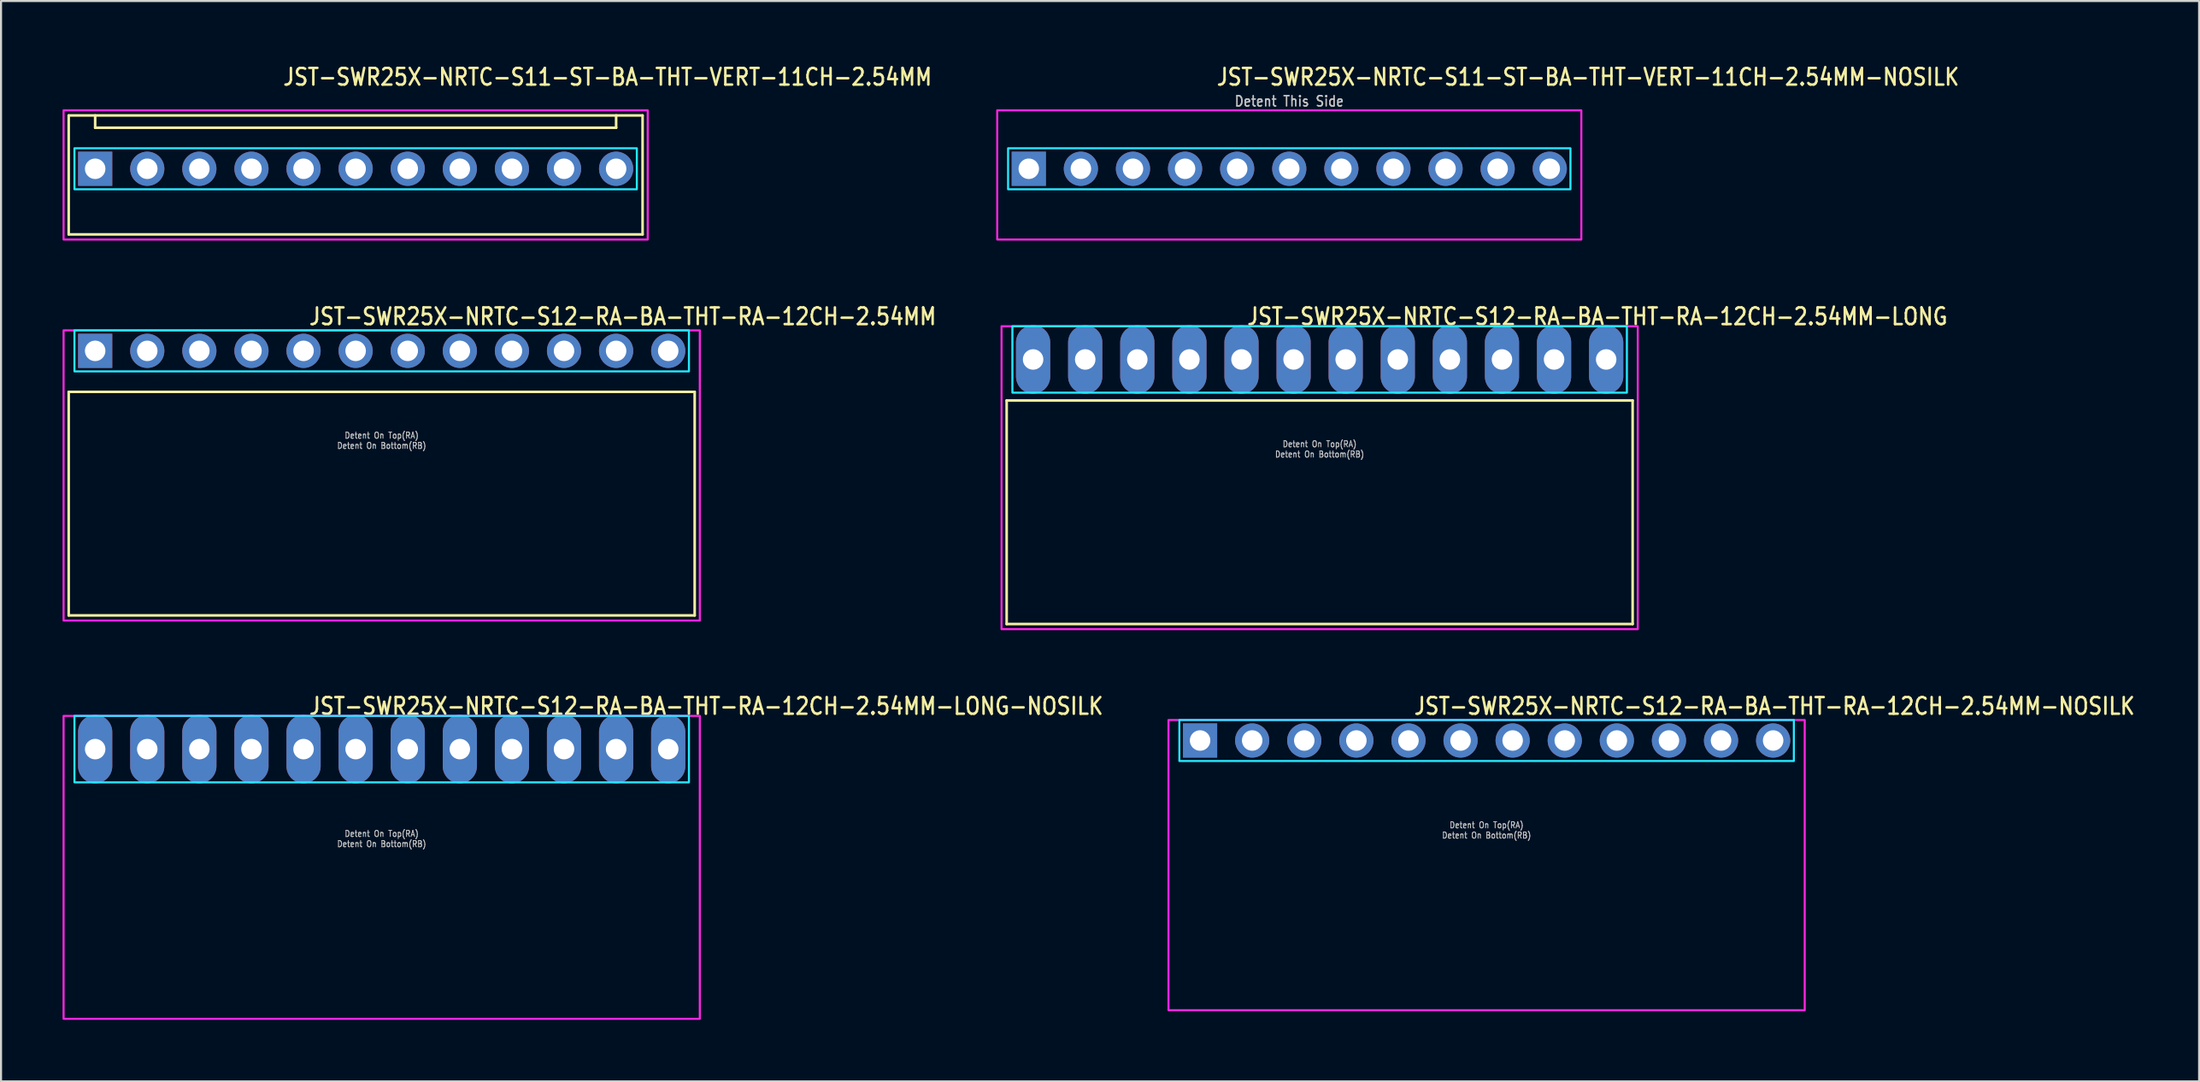
<source format=kicad_pcb>
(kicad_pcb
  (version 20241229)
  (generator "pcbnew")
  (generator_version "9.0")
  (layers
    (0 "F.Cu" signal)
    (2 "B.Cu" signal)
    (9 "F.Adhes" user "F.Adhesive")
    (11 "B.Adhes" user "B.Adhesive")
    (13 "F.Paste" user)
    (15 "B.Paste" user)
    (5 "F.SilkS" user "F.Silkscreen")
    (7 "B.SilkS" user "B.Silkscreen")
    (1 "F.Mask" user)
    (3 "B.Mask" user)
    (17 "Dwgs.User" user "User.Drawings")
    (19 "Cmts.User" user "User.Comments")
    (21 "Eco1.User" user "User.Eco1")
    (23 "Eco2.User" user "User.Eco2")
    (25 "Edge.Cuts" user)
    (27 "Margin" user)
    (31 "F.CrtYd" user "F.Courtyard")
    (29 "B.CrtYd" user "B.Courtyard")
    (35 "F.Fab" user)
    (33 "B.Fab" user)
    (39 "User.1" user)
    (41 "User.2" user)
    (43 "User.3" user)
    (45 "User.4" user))
  (footprint "JST-SWR25X-NRTC-S11-ST-BA-THT-VERT-11CH-2.54MM"
    (layer "F.Cu")
    (at 14.29 5.179)
    (property "Reference" "JST-SWR25X-NRTC-S11-ST-BA-THT-VERT-11CH-2.54MM" (at -3.6 -4 0) (unlocked yes) (layer "F.SilkS") (effects (font (size 0.813 0.695) (thickness 0.122)) (justify left bottom)))
    (fp_line (start -13.99 -2.6) (end 13.99 -2.6) (stroke (width 0.127) (type solid)) (layer "F.SilkS"))
    (fp_line (start -13.99 3.2) (end -13.99 -2.6) (stroke (width 0.127) (type solid)) (layer "F.SilkS"))
    (fp_line (start -13.99 3.2) (end 13.99 3.2) (stroke (width 0.127) (type solid)) (layer "F.SilkS"))
    (fp_line (start -12.7 -2.6) (end -12.7 -2) (stroke (width 0.127) (type solid)) (layer "F.SilkS"))
    (fp_line (start -12.7 -2) (end 12.7 -2) (stroke (width 0.127) (type solid)) (layer "F.SilkS"))
    (fp_line (start 12.7 -2.6) (end 12.7 -2) (stroke (width 0.127) (type solid)) (layer "F.SilkS"))
    (fp_line (start 13.99 -2.6) (end 13.99 3.2) (stroke (width 0.127) (type solid)) (layer "F.SilkS"))
    (fp_poly (pts (xy -13.71 -1) (xy -13.71 1) (xy 13.71 1) (xy 13.71 -1)) (stroke (width 0.1) (type solid)) (fill no) (layer "B.CrtYd"))
    (fp_poly (pts (xy -14.24 -2.85) (xy -14.24 3.45) (xy 14.24 3.45) (xy 14.24 -2.85)) (stroke (width 0.1) (type solid)) (fill no) (layer "F.CrtYd"))
    (pad "P$1" thru_hole rect (at -12.7 0) (size 1.667 1.667) (drill 1) (layers "*.Cu" "*.Mask"))
    (pad "P$2" thru_hole oval (at -10.16 0) (size 1.667 1.667) (drill 1) (layers "*.Cu" "*.Mask"))
    (pad "P$3" thru_hole oval (at -7.62 0) (size 1.667 1.667) (drill 1) (layers "*.Cu" "*.Mask"))
    (pad "P$4" thru_hole oval (at -5.08 0) (size 1.667 1.667) (drill 1) (layers "*.Cu" "*.Mask"))
    (pad "P$5" thru_hole oval (at -2.54 0) (size 1.667 1.667) (drill 1) (layers "*.Cu" "*.Mask"))
    (pad "P$6" thru_hole oval (at 0 0) (size 1.667 1.667) (drill 1) (layers "*.Cu" "*.Mask"))
    (pad "P$7" thru_hole oval (at 2.54 0) (size 1.667 1.667) (drill 1) (layers "*.Cu" "*.Mask"))
    (pad "P$8" thru_hole oval (at 5.08 0) (size 1.667 1.667) (drill 1) (layers "*.Cu" "*.Mask"))
    (pad "P$9" thru_hole oval (at 7.62 0) (size 1.667 1.667) (drill 1) (layers "*.Cu" "*.Mask"))
    (pad "P$10" thru_hole oval (at 10.16 0) (size 1.667 1.667) (drill 1) (layers "*.Cu" "*.Mask"))
    (pad "P$11" thru_hole oval (at 12.7 0) (size 1.667 1.667) (drill 1) (layers "*.Cu" "*.Mask")))
  (footprint "JST-SWR25X-NRTC-S11-ST-BA-THT-VERT-11CH-2.54MM-NOSILK"
    (layer "F.Cu")
    (at 59.81 5.179)
    (property "Reference" "JST-SWR25X-NRTC-S11-ST-BA-THT-VERT-11CH-2.54MM-NOSILK" (at -3.6 -4 0) (unlocked yes) (layer "F.SilkS") (effects (font (size 0.813 0.695) (thickness 0.122)) (justify left bottom)))
    (fp_poly (pts (xy -13.71 -1) (xy -13.71 1) (xy 13.71 1) (xy 13.71 -1)) (stroke (width 0.1) (type solid)) (fill no) (layer "B.CrtYd"))
    (fp_poly (pts (xy -14.24 -2.85) (xy -14.24 3.45) (xy 14.24 3.45) (xy 14.24 -2.85)) (stroke (width 0.1) (type solid)) (fill no) (layer "F.CrtYd"))
    (fp_text user "Detent This Side" (at 0 -3 0) (unlocked yes) (layer "Dwgs.User") (effects (font (size 0.5 0.427) (thickness 0.075)) (justify bottom)))
    (pad "P$1" thru_hole rect (at -12.7 0) (size 1.667 1.667) (drill 1) (layers "*.Cu" "*.Mask"))
    (pad "P$2" thru_hole oval (at -10.16 0) (size 1.667 1.667) (drill 1) (layers "*.Cu" "*.Mask"))
    (pad "P$3" thru_hole oval (at -7.62 0) (size 1.667 1.667) (drill 1) (layers "*.Cu" "*.Mask"))
    (pad "P$4" thru_hole oval (at -5.08 0) (size 1.667 1.667) (drill 1) (layers "*.Cu" "*.Mask"))
    (pad "P$5" thru_hole oval (at -2.54 0) (size 1.667 1.667) (drill 1) (layers "*.Cu" "*.Mask"))
    (pad "P$6" thru_hole oval (at 0 0) (size 1.667 1.667) (drill 1) (layers "*.Cu" "*.Mask"))
    (pad "P$7" thru_hole oval (at 2.54 0) (size 1.667 1.667) (drill 1) (layers "*.Cu" "*.Mask"))
    (pad "P$8" thru_hole oval (at 5.08 0) (size 1.667 1.667) (drill 1) (layers "*.Cu" "*.Mask"))
    (pad "P$9" thru_hole oval (at 7.62 0) (size 1.667 1.667) (drill 1) (layers "*.Cu" "*.Mask"))
    (pad "P$10" thru_hole oval (at 10.16 0) (size 1.667 1.667) (drill 1) (layers "*.Cu" "*.Mask"))
    (pad "P$11" thru_hole oval (at 12.7 0) (size 1.667 1.667) (drill 1) (layers "*.Cu" "*.Mask")))
  (footprint "JST-SWR25X-NRTC-S12-RA-BA-THT-RA-12CH-2.54MM-NOSILK"
    (layer "F.Cu")
    (at 69.432 33.056)
    (property "Reference" "JST-SWR25X-NRTC-S12-RA-BA-THT-RA-12CH-2.54MM-NOSILK" (at -3.6 -1.2 0) (unlocked yes) (layer "F.SilkS") (effects (font (size 0.813 0.695) (thickness 0.122)) (justify left bottom)))
    (fp_poly (pts (xy -14.98 -1) (xy -14.98 1) (xy 14.98 1) (xy 14.98 -1)) (stroke (width 0.1) (type solid)) (fill no) (layer "B.CrtYd"))
    (fp_poly (pts (xy -15.51 -1) (xy -15.51 13.15) (xy 15.51 13.15) (xy 15.51 -1)) (stroke (width 0.1) (type solid)) (fill no) (layer "F.CrtYd"))
    (fp_text user "Detent On Top(RA)" (at 0 4.3 0) (unlocked yes) (layer "Dwgs.User") (effects (font (size 0.3 0.257) (thickness 0.045)) (justify bottom)))
    (fp_text user "Detent On Bottom(RB)" (at 0 4.8 0) (unlocked yes) (layer "Dwgs.User") (effects (font (size 0.3 0.257) (thickness 0.045)) (justify bottom)))
    (pad "P$1" thru_hole rect (at -13.97 0) (size 1.667 1.667) (drill 1) (layers "*.Cu" "*.Mask"))
    (pad "P$2" thru_hole oval (at -11.43 0) (size 1.667 1.667) (drill 1) (layers "*.Cu" "*.Mask"))
    (pad "P$3" thru_hole oval (at -8.89 0) (size 1.667 1.667) (drill 1) (layers "*.Cu" "*.Mask"))
    (pad "P$4" thru_hole oval (at -6.35 0) (size 1.667 1.667) (drill 1) (layers "*.Cu" "*.Mask"))
    (pad "P$5" thru_hole oval (at -3.81 0) (size 1.667 1.667) (drill 1) (layers "*.Cu" "*.Mask"))
    (pad "P$6" thru_hole oval (at -1.27 0) (size 1.667 1.667) (drill 1) (layers "*.Cu" "*.Mask"))
    (pad "P$7" thru_hole oval (at 1.27 0) (size 1.667 1.667) (drill 1) (layers "*.Cu" "*.Mask"))
    (pad "P$8" thru_hole oval (at 3.81 0) (size 1.667 1.667) (drill 1) (layers "*.Cu" "*.Mask"))
    (pad "P$9" thru_hole oval (at 6.35 0) (size 1.667 1.667) (drill 1) (layers "*.Cu" "*.Mask"))
    (pad "P$10" thru_hole oval (at 8.89 0) (size 1.667 1.667) (drill 1) (layers "*.Cu" "*.Mask"))
    (pad "P$11" thru_hole oval (at 11.43 0) (size 1.667 1.667) (drill 1) (layers "*.Cu" "*.Mask"))
    (pad "P$12" thru_hole oval (at 13.97 0) (size 1.667 1.667) (drill 1) (layers "*.Cu" "*.Mask")))
  (footprint "JST-SWR25X-NRTC-S12-RA-BA-THT-RA-12CH-2.54MM-LONG"
    (layer "F.Cu")
    (at 61.291 14.477)
    (property "Reference" "JST-SWR25X-NRTC-S12-RA-BA-THT-RA-12CH-2.54MM-LONG" (at -3.6 -1.62 0) (unlocked yes) (layer "F.SilkS") (effects (font (size 0.813 0.695) (thickness 0.122)) (justify left bottom)))
    (fp_line (start -15.26 2) (end 15.26 2) (stroke (width 0.127) (type solid)) (layer "F.SilkS"))
    (fp_line (start -15.26 12.9) (end -15.26 2) (stroke (width 0.127) (type solid)) (layer "F.SilkS"))
    (fp_line (start -15.26 12.9) (end 15.26 12.9) (stroke (width 0.127) (type solid)) (layer "F.SilkS"))
    (fp_line (start 15.26 2) (end 15.26 12.9) (stroke (width 0.127) (type solid)) (layer "F.SilkS"))
    (fp_poly (pts (xy -14.98 -1.62) (xy -14.98 1.62) (xy 14.98 1.62) (xy 14.98 -1.62)) (stroke (width 0.1) (type solid)) (fill no) (layer "B.CrtYd"))
    (fp_poly (pts (xy -15.51 -1.62) (xy -15.51 13.15) (xy 15.51 13.15) (xy 15.51 -1.62)) (stroke (width 0.1) (type solid)) (fill no) (layer "F.CrtYd"))
    (fp_text user "Detent On Top(RA)" (at 0 4.3 0) (unlocked yes) (layer "Dwgs.User") (effects (font (size 0.3 0.257) (thickness 0.045)) (justify bottom)))
    (fp_text user "Detent On Bottom(RB)" (at 0 4.8 0) (unlocked yes) (layer "Dwgs.User") (effects (font (size 0.3 0.257) (thickness 0.045)) (justify bottom)))
    (pad "P$1" thru_hole oval (at -13.97 0 90) (size 3.333 1.667) (drill 1) (layers "*.Cu" "*.Mask"))
    (pad "P$2" thru_hole oval (at -11.43 0 90) (size 3.333 1.667) (drill 1) (layers "*.Cu" "*.Mask"))
    (pad "P$3" thru_hole oval (at -8.89 0 90) (size 3.333 1.667) (drill 1) (layers "*.Cu" "*.Mask"))
    (pad "P$4" thru_hole oval (at -6.35 0 90) (size 3.333 1.667) (drill 1) (layers "*.Cu" "*.Mask"))
    (pad "P$5" thru_hole oval (at -3.81 0 90) (size 3.333 1.667) (drill 1) (layers "*.Cu" "*.Mask"))
    (pad "P$6" thru_hole oval (at -1.27 0 90) (size 3.333 1.667) (drill 1) (layers "*.Cu" "*.Mask"))
    (pad "P$7" thru_hole oval (at 1.27 0 90) (size 3.333 1.667) (drill 1) (layers "*.Cu" "*.Mask"))
    (pad "P$8" thru_hole oval (at 3.81 0 90) (size 3.333 1.667) (drill 1) (layers "*.Cu" "*.Mask"))
    (pad "P$9" thru_hole oval (at 6.35 0 90) (size 3.333 1.667) (drill 1) (layers "*.Cu" "*.Mask"))
    (pad "P$10" thru_hole oval (at 8.89 0 90) (size 3.333 1.667) (drill 1) (layers "*.Cu" "*.Mask"))
    (pad "P$11" thru_hole oval (at 11.43 0 90) (size 3.333 1.667) (drill 1) (layers "*.Cu" "*.Mask"))
    (pad "P$12" thru_hole oval (at 13.97 0 90) (size 3.333 1.667) (drill 1) (layers "*.Cu" "*.Mask")))
  (footprint "JST-SWR25X-NRTC-S12-RA-BA-THT-RA-12CH-2.54MM-LONG-NOSILK"
    (layer "F.Cu")
    (at 15.56 33.476)
    (property "Reference" "JST-SWR25X-NRTC-S12-RA-BA-THT-RA-12CH-2.54MM-LONG-NOSILK" (at -3.6 -1.62 0) (unlocked yes) (layer "F.SilkS") (effects (font (size 0.813 0.695) (thickness 0.122)) (justify left bottom)))
    (fp_poly (pts (xy -14.98 -1.62) (xy -14.98 1.62) (xy 14.98 1.62) (xy 14.98 -1.62)) (stroke (width 0.1) (type solid)) (fill no) (layer "B.CrtYd"))
    (fp_poly (pts (xy -15.51 -1.62) (xy -15.51 13.15) (xy 15.51 13.15) (xy 15.51 -1.62)) (stroke (width 0.1) (type solid)) (fill no) (layer "F.CrtYd"))
    (fp_text user "Detent On Bottom(RB)" (at 0 4.8 0) (unlocked yes) (layer "Dwgs.User") (effects (font (size 0.3 0.257) (thickness 0.045)) (justify bottom)))
    (fp_text user "Detent On Top(RA)" (at 0 4.3 0) (unlocked yes) (layer "Dwgs.User") (effects (font (size 0.3 0.257) (thickness 0.045)) (justify bottom)))
    (pad "P$1" thru_hole oval (at -13.97 0 90) (size 3.333 1.667) (drill 1) (layers "*.Cu" "*.Mask"))
    (pad "P$2" thru_hole oval (at -11.43 0 90) (size 3.333 1.667) (drill 1) (layers "*.Cu" "*.Mask"))
    (pad "P$3" thru_hole oval (at -8.89 0 90) (size 3.333 1.667) (drill 1) (layers "*.Cu" "*.Mask"))
    (pad "P$4" thru_hole oval (at -6.35 0 90) (size 3.333 1.667) (drill 1) (layers "*.Cu" "*.Mask"))
    (pad "P$5" thru_hole oval (at -3.81 0 90) (size 3.333 1.667) (drill 1) (layers "*.Cu" "*.Mask"))
    (pad "P$6" thru_hole oval (at -1.27 0 90) (size 3.333 1.667) (drill 1) (layers "*.Cu" "*.Mask"))
    (pad "P$7" thru_hole oval (at 1.27 0 90) (size 3.333 1.667) (drill 1) (layers "*.Cu" "*.Mask"))
    (pad "P$8" thru_hole oval (at 3.81 0 90) (size 3.333 1.667) (drill 1) (layers "*.Cu" "*.Mask"))
    (pad "P$9" thru_hole oval (at 6.35 0 90) (size 3.333 1.667) (drill 1) (layers "*.Cu" "*.Mask"))
    (pad "P$10" thru_hole oval (at 8.89 0 90) (size 3.333 1.667) (drill 1) (layers "*.Cu" "*.Mask"))
    (pad "P$11" thru_hole oval (at 11.43 0 90) (size 3.333 1.667) (drill 1) (layers "*.Cu" "*.Mask"))
    (pad "P$12" thru_hole oval (at 13.97 0 90) (size 3.333 1.667) (drill 1) (layers "*.Cu" "*.Mask")))
  (footprint "JST-SWR25X-NRTC-S12-RA-BA-THT-RA-12CH-2.54MM"
    (layer "F.Cu")
    (at 15.56 14.057)
    (property "Reference" "JST-SWR25X-NRTC-S12-RA-BA-THT-RA-12CH-2.54MM" (at -3.6 -1.2 0) (unlocked yes) (layer "F.SilkS") (effects (font (size 0.813 0.695) (thickness 0.122)) (justify left bottom)))
    (fp_line (start -15.26 2) (end 15.26 2) (stroke (width 0.127) (type solid)) (layer "F.SilkS"))
    (fp_line (start -15.26 12.9) (end -15.26 2) (stroke (width 0.127) (type solid)) (layer "F.SilkS"))
    (fp_line (start -15.26 12.9) (end 15.26 12.9) (stroke (width 0.127) (type solid)) (layer "F.SilkS"))
    (fp_line (start 15.26 2) (end 15.26 12.9) (stroke (width 0.127) (type solid)) (layer "F.SilkS"))
    (fp_poly (pts (xy -14.98 -1) (xy -14.98 1) (xy 14.98 1) (xy 14.98 -1)) (stroke (width 0.1) (type solid)) (fill no) (layer "B.CrtYd"))
    (fp_poly (pts (xy -15.51 -1) (xy -15.51 13.15) (xy 15.51 13.15) (xy 15.51 -1)) (stroke (width 0.1) (type solid)) (fill no) (layer "F.CrtYd"))
    (fp_text user "Detent On Top(RA)" (at 0 4.3 0) (unlocked yes) (layer "Dwgs.User") (effects (font (size 0.3 0.257) (thickness 0.045)) (justify bottom)))
    (fp_text user "Detent On Bottom(RB)" (at 0 4.8 0) (unlocked yes) (layer "Dwgs.User") (effects (font (size 0.3 0.257) (thickness 0.045)) (justify bottom)))
    (pad "P$1" thru_hole rect (at -13.97 0) (size 1.667 1.667) (drill 1) (layers "*.Cu" "*.Mask"))
    (pad "P$2" thru_hole oval (at -11.43 0) (size 1.667 1.667) (drill 1) (layers "*.Cu" "*.Mask"))
    (pad "P$3" thru_hole oval (at -8.89 0) (size 1.667 1.667) (drill 1) (layers "*.Cu" "*.Mask"))
    (pad "P$4" thru_hole oval (at -6.35 0) (size 1.667 1.667) (drill 1) (layers "*.Cu" "*.Mask"))
    (pad "P$5" thru_hole oval (at -3.81 0) (size 1.667 1.667) (drill 1) (layers "*.Cu" "*.Mask"))
    (pad "P$6" thru_hole oval (at -1.27 0) (size 1.667 1.667) (drill 1) (layers "*.Cu" "*.Mask"))
    (pad "P$7" thru_hole oval (at 1.27 0) (size 1.667 1.667) (drill 1) (layers "*.Cu" "*.Mask"))
    (pad "P$8" thru_hole oval (at 3.81 0) (size 1.667 1.667) (drill 1) (layers "*.Cu" "*.Mask"))
    (pad "P$9" thru_hole oval (at 6.35 0) (size 1.667 1.667) (drill 1) (layers "*.Cu" "*.Mask"))
    (pad "P$10" thru_hole oval (at 8.89 0) (size 1.667 1.667) (drill 1) (layers "*.Cu" "*.Mask"))
    (pad "P$11" thru_hole oval (at 11.43 0) (size 1.667 1.667) (drill 1) (layers "*.Cu" "*.Mask"))
    (pad "P$12" thru_hole oval (at 13.97 0) (size 1.667 1.667) (drill 1) (layers "*.Cu" "*.Mask")))
  (gr_rect
    (start -3 -3)
    (end 104.17 49.676)
    (stroke (width 0.1) (type default))
    (fill no)
    (layer "Edge.Cuts")))
</source>
